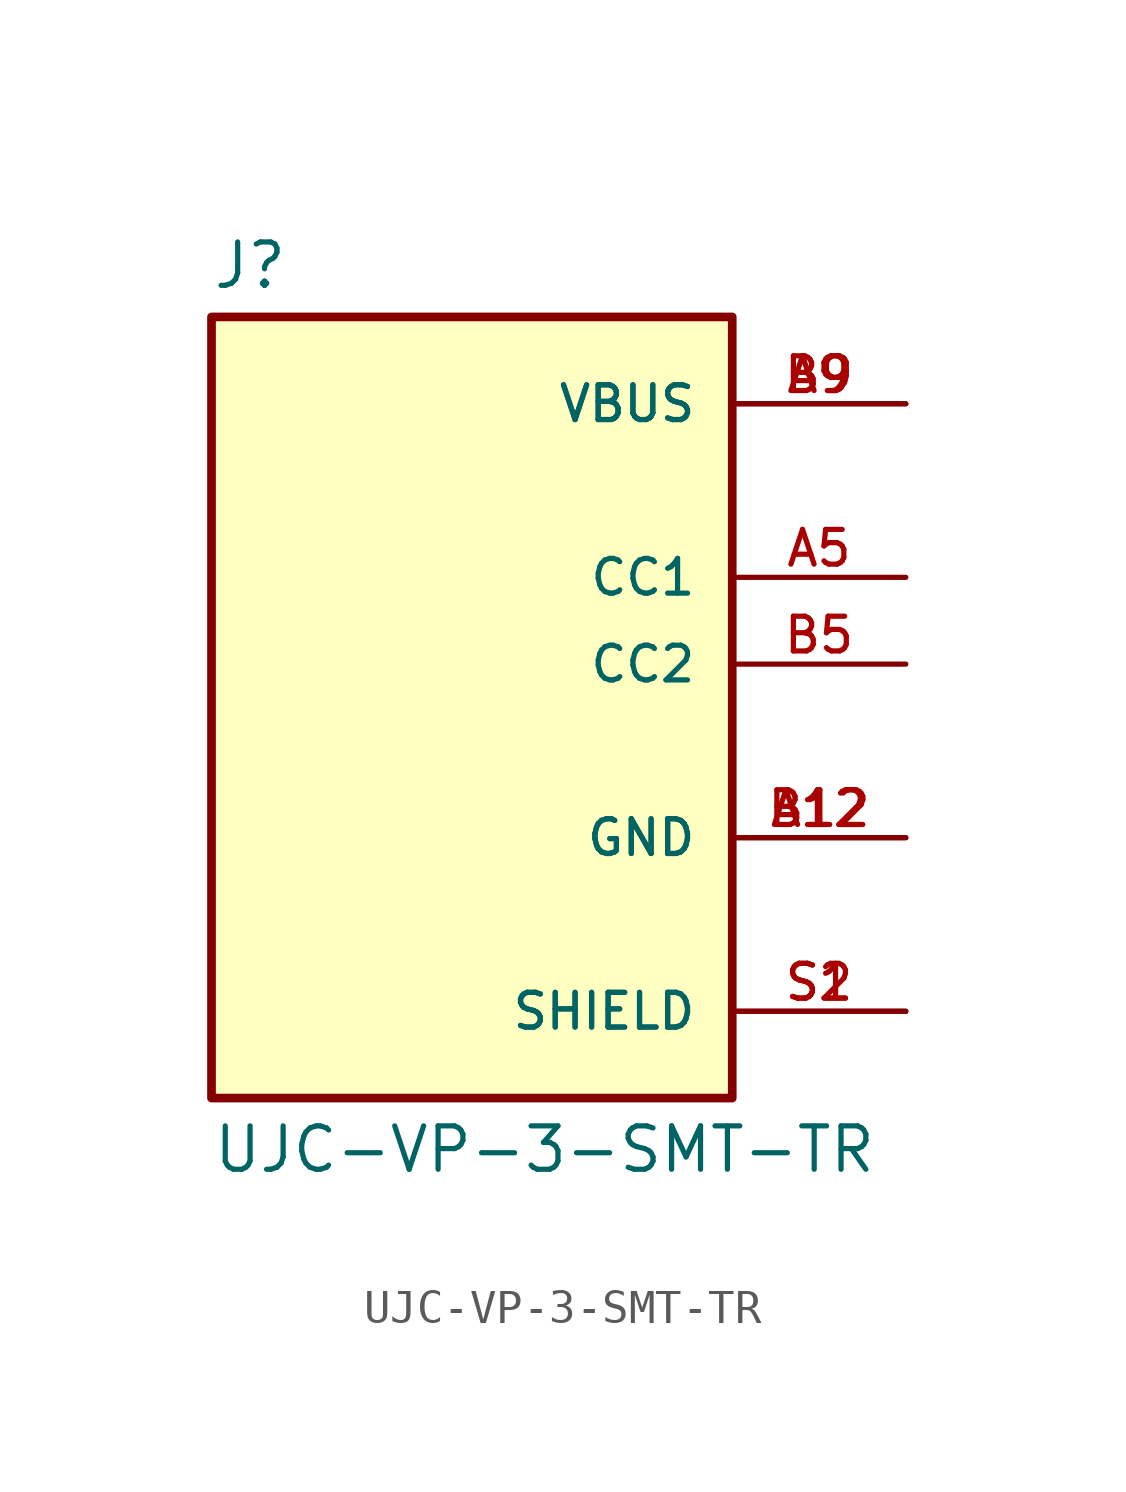
<source format=kicad_sym>
(kicad_symbol_lib
  (version 20211014)
  (generator kicad_symbol_editor)
  (symbol "UJC-VP-3-SMT-TR"
    (pin_names
      (offset 1.016))
    (property "Reference" "J"
      (at -7.62 10.922 0)
      (effects (font (size 1.27 1.27)) (justify bottom left)))
    (property "Value" "UJC-VP-3-SMT-TR"
      (at -7.62 -13.462 0)
      (effects (font (size 1.27 1.27)) (justify top left)))
    (symbol "UJC-VP-3-SMT-TR_0_0"
      (rectangle (start -7.62 -12.7) (end 7.62 10.16) (stroke (width 0.254)) (fill (type background)))
      (pin passive line (at 12.7 2.54 180.0) (length 5.08) (name "CC1" (effects (font (size 1.016 1.016)))) (number "A5" (effects (font (size 1.016 1.016)))))
      (pin passive line (at 12.7 0.0 180.0) (length 5.08) (name "CC2" (effects (font (size 1.016 1.016)))) (number "B5" (effects (font (size 1.016 1.016)))))
      (pin power_in line (at 12.7 7.62 180.0) (length 5.08) (name "VBUS" (effects (font (size 1.016 1.016)))) (number "A9" (effects (font (size 1.016 1.016)))))
      (pin power_in line (at 12.7 7.62 180.0) (length 5.08) (name "VBUS" (effects (font (size 1.016 1.016)))) (number "B9" (effects (font (size 1.016 1.016)))))
      (pin power_in line (at 12.7 -5.08 180.0) (length 5.08) (name "GND" (effects (font (size 1.016 1.016)))) (number "A12" (effects (font (size 1.016 1.016)))))
      (pin power_in line (at 12.7 -5.08 180.0) (length 5.08) (name "GND" (effects (font (size 1.016 1.016)))) (number "B12" (effects (font (size 1.016 1.016)))))
      (pin passive line (at 12.7 -10.16 180.0) (length 5.08) (name "SHIELD" (effects (font (size 1.016 1.016)))) (number "S1" (effects (font (size 1.016 1.016)))))
      (pin passive line (at 12.7 -10.16 180.0) (length 5.08) (name "SHIELD" (effects (font (size 1.016 1.016)))) (number "S2" (effects (font (size 1.016 1.016))))))))
</source>
